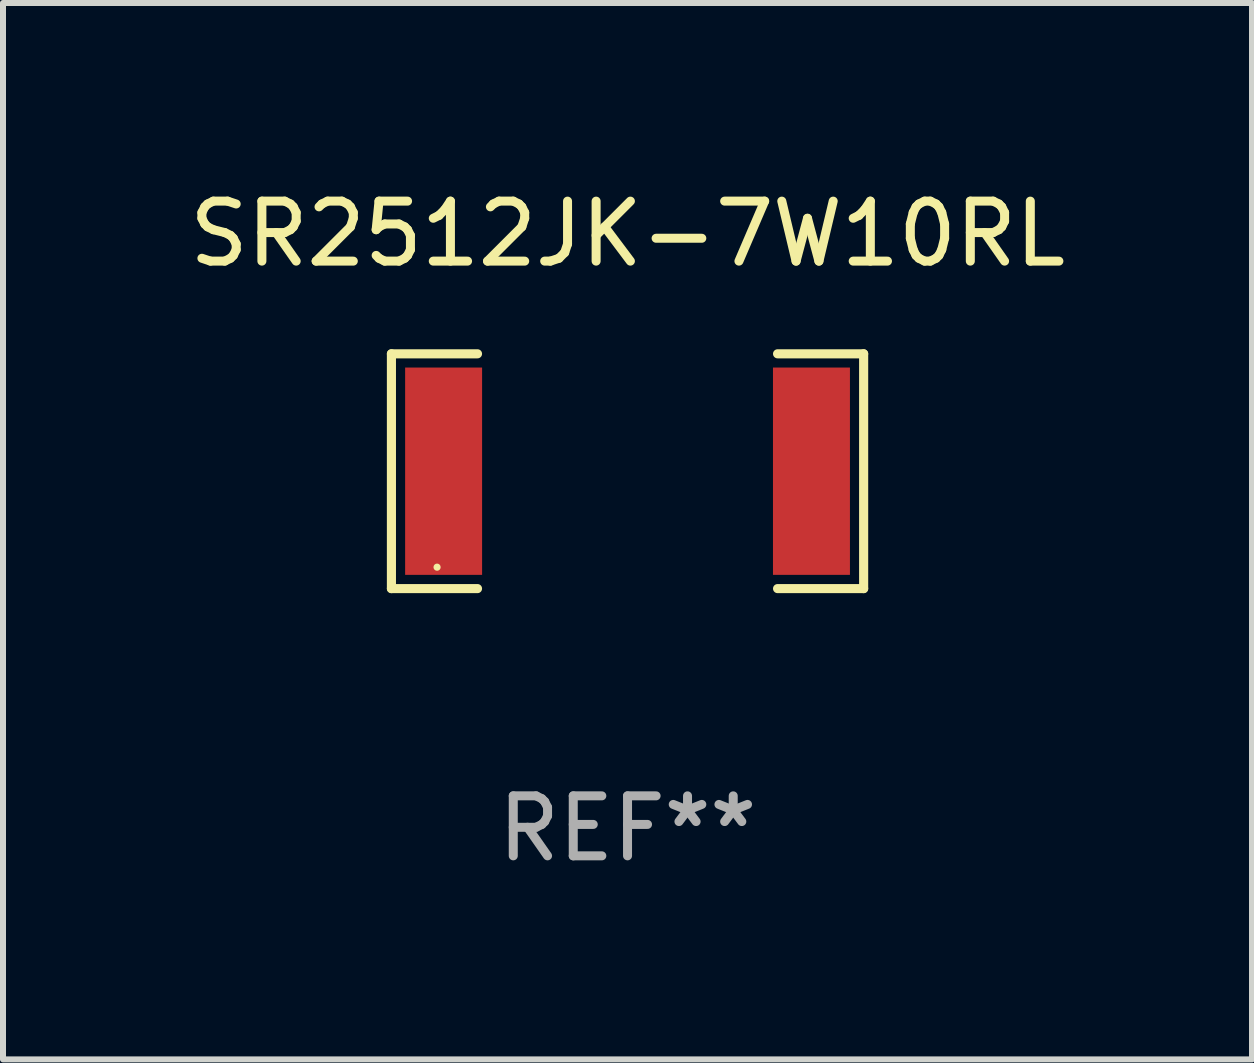
<source format=kicad_pcb>
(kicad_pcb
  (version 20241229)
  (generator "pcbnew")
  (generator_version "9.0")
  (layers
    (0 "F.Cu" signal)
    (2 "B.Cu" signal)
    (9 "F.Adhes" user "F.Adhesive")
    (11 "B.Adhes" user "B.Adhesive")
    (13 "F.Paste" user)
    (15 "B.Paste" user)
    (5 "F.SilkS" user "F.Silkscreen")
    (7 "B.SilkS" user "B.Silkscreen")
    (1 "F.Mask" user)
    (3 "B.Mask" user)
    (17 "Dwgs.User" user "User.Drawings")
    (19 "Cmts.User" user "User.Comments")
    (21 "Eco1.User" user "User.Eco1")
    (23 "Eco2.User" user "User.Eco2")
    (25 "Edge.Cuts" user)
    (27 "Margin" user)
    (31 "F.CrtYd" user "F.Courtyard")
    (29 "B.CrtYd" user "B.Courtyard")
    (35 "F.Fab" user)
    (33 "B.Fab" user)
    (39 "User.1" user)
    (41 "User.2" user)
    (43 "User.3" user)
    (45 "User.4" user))
  (footprint "SR2512JK-7W10RL"
    (layer "F.Cu")
    (at 7.411 4.805)
    (property "Reference" "SR2512JK-7W10RL" (at 0 -3.957 0) (layer "F.SilkS") (effects (font (size 1 1) (thickness 0.15))))
    (attr through_hole)
    (fp_line (start -3.936 -1.957) (end -2.501 -1.957) (stroke (width 0.152) (type solid)) (layer "F.SilkS"))
    (fp_line (start -3.936 1.957) (end -3.936 -1.957) (stroke (width 0.152) (type solid)) (layer "F.SilkS"))
    (fp_line (start -2.501 1.957) (end -3.936 1.957) (stroke (width 0.152) (type solid)) (layer "F.SilkS"))
    (fp_line (start 2.501 1.957) (end 3.936 1.957) (stroke (width 0.152) (type solid)) (layer "F.SilkS"))
    (fp_line (start 3.936 -1.957) (end 2.501 -1.957) (stroke (width 0.152) (type solid)) (layer "F.SilkS"))
    (fp_line (start 3.936 1.957) (end 3.936 -1.957) (stroke (width 0.152) (type solid)) (layer "F.SilkS"))
    (fp_circle (center -3.175 1.6) (end -3.145 1.6) (stroke (width 0.06) (type solid)) (fill no) (layer "F.SilkS"))
    (fp_text user "REF**" (at 0 5.957 0) (layer "F.Fab") (effects (font (size 1 1) (thickness 0.15))))
    (pad "1" smd rect (at -3.066 0) (size 1.283 3.456) (layers "F.Cu" "F.Mask" "F.Paste"))
    (pad "2" smd rect (at 3.066 0) (size 1.283 3.456) (layers "F.Cu" "F.Mask" "F.Paste")))
  (gr_rect
    (start -3 -3)
    (end 17.821 14.61)
    (stroke (width 0.1) (type default))
    (fill no)
    (layer "Edge.Cuts")))
</source>
